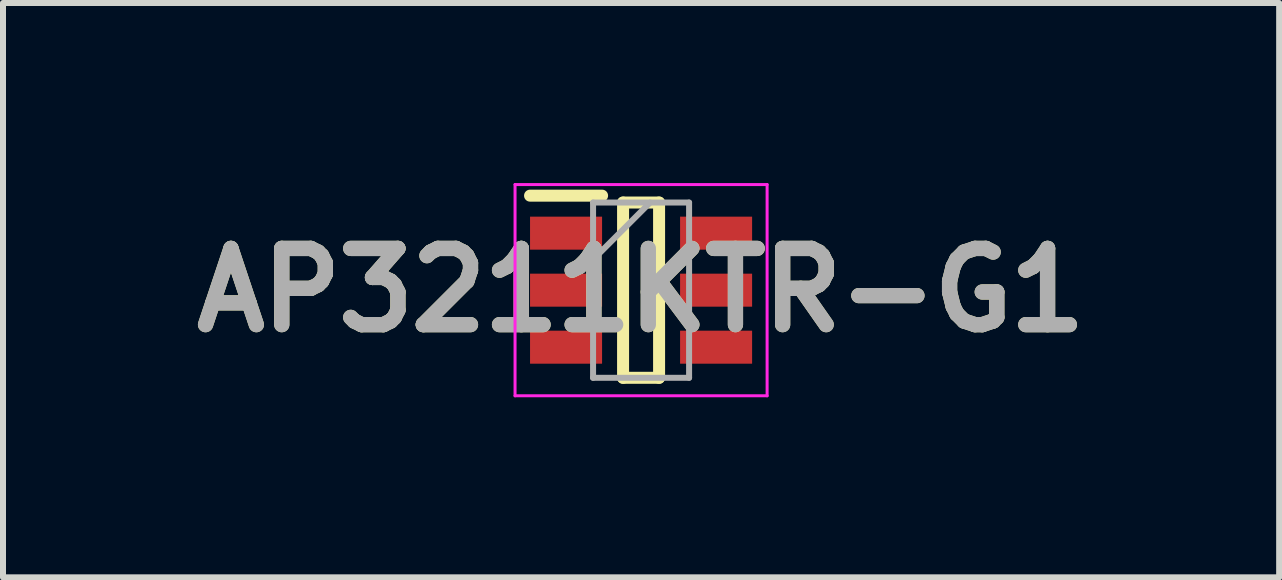
<source format=kicad_pcb>
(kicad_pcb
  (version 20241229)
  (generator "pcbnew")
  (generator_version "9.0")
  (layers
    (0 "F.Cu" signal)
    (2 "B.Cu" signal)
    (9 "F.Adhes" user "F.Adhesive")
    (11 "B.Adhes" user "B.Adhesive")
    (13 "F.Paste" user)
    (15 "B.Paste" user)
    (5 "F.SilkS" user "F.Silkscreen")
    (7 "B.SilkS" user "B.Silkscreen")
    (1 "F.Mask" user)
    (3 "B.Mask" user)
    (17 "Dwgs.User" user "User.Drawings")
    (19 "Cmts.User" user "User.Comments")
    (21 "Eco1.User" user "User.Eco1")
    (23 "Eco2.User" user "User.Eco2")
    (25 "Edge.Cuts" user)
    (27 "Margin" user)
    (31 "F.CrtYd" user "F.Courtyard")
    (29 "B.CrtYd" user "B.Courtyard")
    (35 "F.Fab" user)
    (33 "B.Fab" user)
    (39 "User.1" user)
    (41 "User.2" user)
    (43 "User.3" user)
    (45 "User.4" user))
  (footprint "AP3211KTR-G1"
    (layer "F.Cu")
    (at 7.632 1.785)
    (property "Reference" "AP3211KTR-G1" (at 0 0 0) (layer "F.SilkS") (effects (font (size 1.27 1.27) (thickness 0.254))))
    (attr smd)
    (fp_line (start -1.85 -1.575) (end -0.65 -1.575) (stroke (width 0.2) (type solid)) (layer "F.SilkS"))
    (fp_line (start -0.3 -1.46) (end 0.3 -1.46) (stroke (width 0.2) (type solid)) (layer "F.SilkS"))
    (fp_line (start -0.3 1.46) (end -0.3 -1.46) (stroke (width 0.2) (type solid)) (layer "F.SilkS"))
    (fp_line (start 0.3 -1.46) (end 0.3 1.46) (stroke (width 0.2) (type solid)) (layer "F.SilkS"))
    (fp_line (start 0.3 1.46) (end -0.3 1.46) (stroke (width 0.2) (type solid)) (layer "F.SilkS"))
    (fp_line (start -2.1 -1.76) (end 2.1 -1.76) (stroke (width 0.05) (type solid)) (layer "F.CrtYd"))
    (fp_line (start -2.1 1.76) (end -2.1 -1.76) (stroke (width 0.05) (type solid)) (layer "F.CrtYd"))
    (fp_line (start 2.1 -1.76) (end 2.1 1.76) (stroke (width 0.05) (type solid)) (layer "F.CrtYd"))
    (fp_line (start 2.1 1.76) (end -2.1 1.76) (stroke (width 0.05) (type solid)) (layer "F.CrtYd"))
    (fp_line (start -0.8 -1.46) (end 0.8 -1.46) (stroke (width 0.1) (type solid)) (layer "F.Fab"))
    (fp_line (start -0.8 -0.51) (end 0.15 -1.46) (stroke (width 0.1) (type solid)) (layer "F.Fab"))
    (fp_line (start -0.8 1.46) (end -0.8 -1.46) (stroke (width 0.1) (type solid)) (layer "F.Fab"))
    (fp_line (start 0.8 -1.46) (end 0.8 1.46) (stroke (width 0.1) (type solid)) (layer "F.Fab"))
    (fp_line (start 0.8 1.46) (end -0.8 1.46) (stroke (width 0.1) (type solid)) (layer "F.Fab"))
    (fp_text user "${REFERENCE}" (at 0 0 0) (layer "F.Fab") (effects (font (size 1.27 1.27) (thickness 0.254))))
    (pad "1" smd rect (at -1.25 -0.95 90) (size 0.55 1.2) (layers "F.Cu" "F.Mask" "F.Paste"))
    (pad "2" smd rect (at -1.25 0 90) (size 0.55 1.2) (layers "F.Cu" "F.Mask" "F.Paste"))
    (pad "3" smd rect (at -1.25 0.95 90) (size 0.55 1.2) (layers "F.Cu" "F.Mask" "F.Paste"))
    (pad "4" smd rect (at 1.25 0.95 90) (size 0.55 1.2) (layers "F.Cu" "F.Mask" "F.Paste"))
    (pad "5" smd rect (at 1.25 0 90) (size 0.55 1.2) (layers "F.Cu" "F.Mask" "F.Paste"))
    (pad "6" smd rect (at 1.25 -0.95 90) (size 0.55 1.2) (layers "F.Cu" "F.Mask" "F.Paste")))
  (gr_rect
    (start -3 -3)
    (end 18.264 6.57)
    (stroke (width 0.1) (type default))
    (fill no)
    (layer "Edge.Cuts")))
</source>
